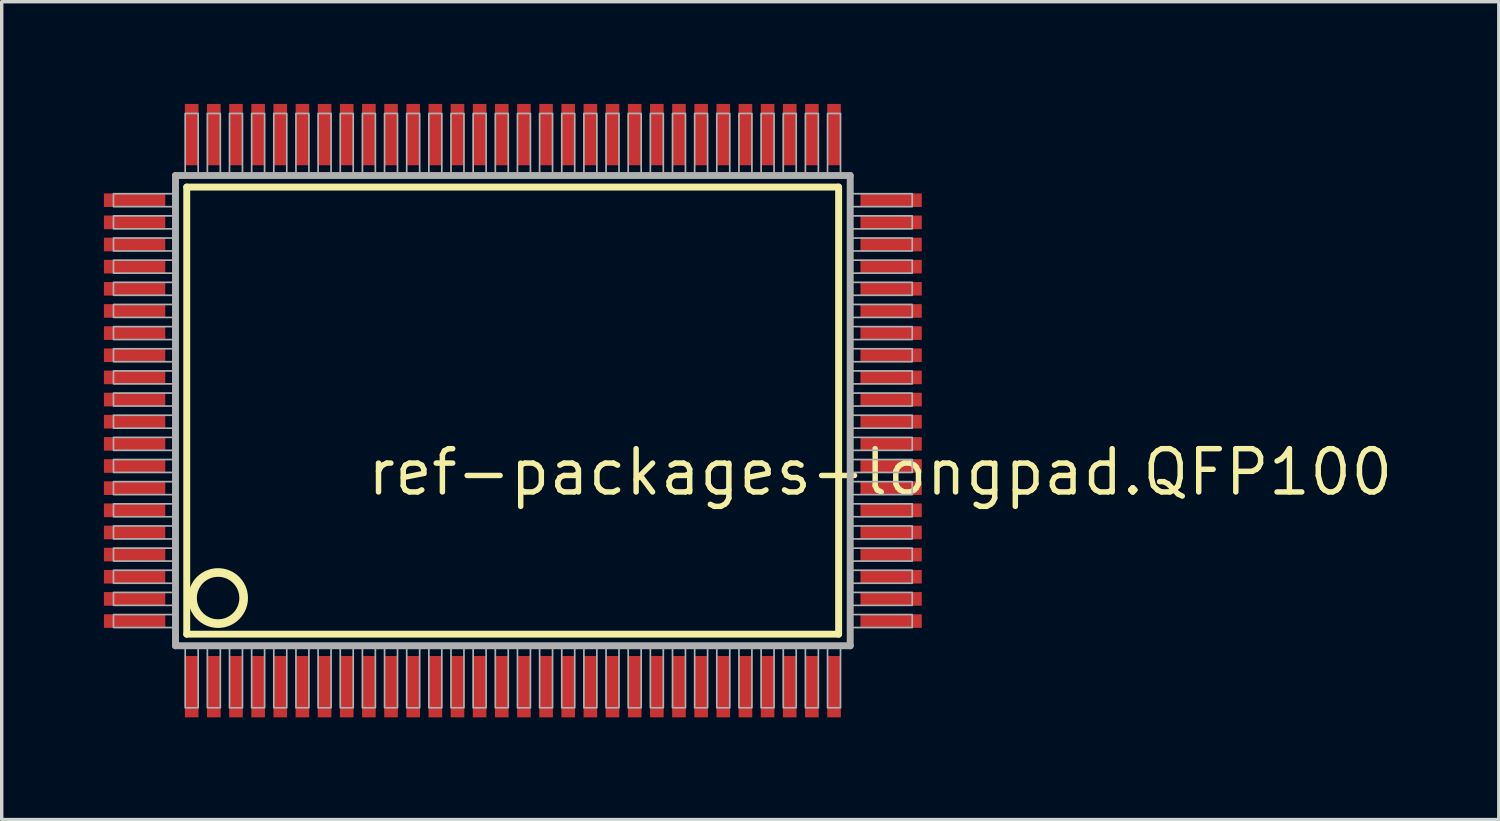
<source format=kicad_pcb>
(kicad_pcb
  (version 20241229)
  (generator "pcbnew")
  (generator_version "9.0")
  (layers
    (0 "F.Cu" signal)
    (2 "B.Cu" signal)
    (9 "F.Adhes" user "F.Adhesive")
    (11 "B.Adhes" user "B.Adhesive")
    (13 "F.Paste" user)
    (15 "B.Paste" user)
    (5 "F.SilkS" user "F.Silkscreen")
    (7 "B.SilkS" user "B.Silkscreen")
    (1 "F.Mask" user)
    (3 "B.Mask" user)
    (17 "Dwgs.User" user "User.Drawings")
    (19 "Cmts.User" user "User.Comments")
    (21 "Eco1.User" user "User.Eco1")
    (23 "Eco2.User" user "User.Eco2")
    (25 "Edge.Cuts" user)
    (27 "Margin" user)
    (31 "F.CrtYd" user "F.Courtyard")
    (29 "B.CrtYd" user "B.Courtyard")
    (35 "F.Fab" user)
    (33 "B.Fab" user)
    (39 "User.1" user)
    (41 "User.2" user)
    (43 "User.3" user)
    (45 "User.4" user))
  (footprint "ref-packages-longpad.QFP100"
    (layer "F.Cu")
    (at 12 9)
    (property "Reference" "ref-packages-longpad.QFP100" (at -4.35 2.55 0) (layer "F.SilkS") (effects (font (size 1.27 1.27) (thickness 0.16)) (justify left bottom)))
    (attr smd)
    (fp_line (start -9.57 -6.56) (end 9.56 -6.56) (stroke (width 0.203) (type default)) (layer "F.SilkS"))
    (fp_line (start -9.57 6.56) (end -9.57 -6.56) (stroke (width 0.203) (type default)) (layer "F.SilkS"))
    (fp_line (start 9.56 -6.56) (end 9.56 6.56) (stroke (width 0.203) (type default)) (layer "F.SilkS"))
    (fp_line (start 9.56 6.56) (end -9.57 6.56) (stroke (width 0.203) (type default)) (layer "F.SilkS"))
    (fp_circle (center -8.65 5.5) (end -7.9 5.5) (stroke (width 0.254) (type default)) (fill no) (layer "F.SilkS"))
    (fp_line (start -9.9 -6.9) (end -9.9 6.9) (stroke (width 0.203) (type default)) (layer "F.Fab"))
    (fp_line (start -9.9 6.9) (end 9.9 6.9) (stroke (width 0.203) (type default)) (layer "F.Fab"))
    (fp_line (start 9.9 -6.9) (end -9.9 -6.9) (stroke (width 0.203) (type default)) (layer "F.Fab"))
    (fp_line (start 9.9 6.9) (end 9.9 -6.9) (stroke (width 0.203) (type default)) (layer "F.Fab"))
    (fp_rect (start -11.72 -5.985) (end -9.95 -6.365) (stroke (width 0.05) (type default)) (fill no) (layer "F.Fab"))
    (fp_rect (start -11.72 -5.335) (end -9.95 -5.715) (stroke (width 0.05) (type default)) (fill no) (layer "F.Fab"))
    (fp_rect (start -11.72 -4.685) (end -9.95 -5.065) (stroke (width 0.05) (type default)) (fill no) (layer "F.Fab"))
    (fp_rect (start -11.72 -4.035) (end -9.95 -4.415) (stroke (width 0.05) (type default)) (fill no) (layer "F.Fab"))
    (fp_rect (start -11.72 -3.385) (end -9.95 -3.765) (stroke (width 0.05) (type default)) (fill no) (layer "F.Fab"))
    (fp_rect (start -11.72 -2.735) (end -9.95 -3.115) (stroke (width 0.05) (type default)) (fill no) (layer "F.Fab"))
    (fp_rect (start -11.72 -2.085) (end -9.95 -2.465) (stroke (width 0.05) (type default)) (fill no) (layer "F.Fab"))
    (fp_rect (start -11.72 -1.435) (end -9.95 -1.815) (stroke (width 0.05) (type default)) (fill no) (layer "F.Fab"))
    (fp_rect (start -11.72 -0.785) (end -9.95 -1.165) (stroke (width 0.05) (type default)) (fill no) (layer "F.Fab"))
    (fp_rect (start -11.72 -0.135) (end -9.95 -0.515) (stroke (width 0.05) (type default)) (fill no) (layer "F.Fab"))
    (fp_rect (start -11.72 0.515) (end -9.95 0.135) (stroke (width 0.05) (type default)) (fill no) (layer "F.Fab"))
    (fp_rect (start -11.72 1.165) (end -9.95 0.785) (stroke (width 0.05) (type default)) (fill no) (layer "F.Fab"))
    (fp_rect (start -11.72 1.815) (end -9.95 1.435) (stroke (width 0.05) (type default)) (fill no) (layer "F.Fab"))
    (fp_rect (start -11.72 2.465) (end -9.95 2.085) (stroke (width 0.05) (type default)) (fill no) (layer "F.Fab"))
    (fp_rect (start -11.72 3.115) (end -9.95 2.735) (stroke (width 0.05) (type default)) (fill no) (layer "F.Fab"))
    (fp_rect (start -11.72 3.765) (end -9.95 3.385) (stroke (width 0.05) (type default)) (fill no) (layer "F.Fab"))
    (fp_rect (start -11.72 4.415) (end -9.95 4.035) (stroke (width 0.05) (type default)) (fill no) (layer "F.Fab"))
    (fp_rect (start -11.72 5.065) (end -9.95 4.685) (stroke (width 0.05) (type default)) (fill no) (layer "F.Fab"))
    (fp_rect (start -11.72 5.715) (end -9.95 5.335) (stroke (width 0.05) (type default)) (fill no) (layer "F.Fab"))
    (fp_rect (start -11.72 6.365) (end -9.95 5.985) (stroke (width 0.05) (type default)) (fill no) (layer "F.Fab"))
    (fp_rect (start -9.615 -6.95) (end -9.235 -8.72) (stroke (width 0.05) (type default)) (fill no) (layer "F.Fab"))
    (fp_rect (start -9.615 8.72) (end -9.235 6.95) (stroke (width 0.05) (type default)) (fill no) (layer "F.Fab"))
    (fp_rect (start -8.965 -6.95) (end -8.585 -8.72) (stroke (width 0.05) (type default)) (fill no) (layer "F.Fab"))
    (fp_rect (start -8.965 8.72) (end -8.585 6.95) (stroke (width 0.05) (type default)) (fill no) (layer "F.Fab"))
    (fp_rect (start -8.315 -6.95) (end -7.935 -8.72) (stroke (width 0.05) (type default)) (fill no) (layer "F.Fab"))
    (fp_rect (start -8.315 8.72) (end -7.935 6.95) (stroke (width 0.05) (type default)) (fill no) (layer "F.Fab"))
    (fp_rect (start -7.665 -6.95) (end -7.285 -8.72) (stroke (width 0.05) (type default)) (fill no) (layer "F.Fab"))
    (fp_rect (start -7.665 8.72) (end -7.285 6.95) (stroke (width 0.05) (type default)) (fill no) (layer "F.Fab"))
    (fp_rect (start -7.015 -6.95) (end -6.635 -8.72) (stroke (width 0.05) (type default)) (fill no) (layer "F.Fab"))
    (fp_rect (start -7.015 8.72) (end -6.635 6.95) (stroke (width 0.05) (type default)) (fill no) (layer "F.Fab"))
    (fp_rect (start -6.365 -6.95) (end -5.985 -8.72) (stroke (width 0.05) (type default)) (fill no) (layer "F.Fab"))
    (fp_rect (start -6.365 8.72) (end -5.985 6.95) (stroke (width 0.05) (type default)) (fill no) (layer "F.Fab"))
    (fp_rect (start -5.715 -6.95) (end -5.335 -8.72) (stroke (width 0.05) (type default)) (fill no) (layer "F.Fab"))
    (fp_rect (start -5.715 8.72) (end -5.335 6.95) (stroke (width 0.05) (type default)) (fill no) (layer "F.Fab"))
    (fp_rect (start -5.065 -6.95) (end -4.685 -8.72) (stroke (width 0.05) (type default)) (fill no) (layer "F.Fab"))
    (fp_rect (start -5.065 8.72) (end -4.685 6.95) (stroke (width 0.05) (type default)) (fill no) (layer "F.Fab"))
    (fp_rect (start -4.415 -6.95) (end -4.035 -8.72) (stroke (width 0.05) (type default)) (fill no) (layer "F.Fab"))
    (fp_rect (start -4.415 8.72) (end -4.035 6.95) (stroke (width 0.05) (type default)) (fill no) (layer "F.Fab"))
    (fp_rect (start -3.765 -6.95) (end -3.385 -8.72) (stroke (width 0.05) (type default)) (fill no) (layer "F.Fab"))
    (fp_rect (start -3.765 8.72) (end -3.385 6.95) (stroke (width 0.05) (type default)) (fill no) (layer "F.Fab"))
    (fp_rect (start -3.115 -6.95) (end -2.735 -8.72) (stroke (width 0.05) (type default)) (fill no) (layer "F.Fab"))
    (fp_rect (start -3.115 8.72) (end -2.735 6.95) (stroke (width 0.05) (type default)) (fill no) (layer "F.Fab"))
    (fp_rect (start -2.465 -6.95) (end -2.085 -8.72) (stroke (width 0.05) (type default)) (fill no) (layer "F.Fab"))
    (fp_rect (start -2.465 8.72) (end -2.085 6.95) (stroke (width 0.05) (type default)) (fill no) (layer "F.Fab"))
    (fp_rect (start -1.815 -6.95) (end -1.435 -8.72) (stroke (width 0.05) (type default)) (fill no) (layer "F.Fab"))
    (fp_rect (start -1.815 8.72) (end -1.435 6.95) (stroke (width 0.05) (type default)) (fill no) (layer "F.Fab"))
    (fp_rect (start -1.165 -6.95) (end -0.785 -8.72) (stroke (width 0.05) (type default)) (fill no) (layer "F.Fab"))
    (fp_rect (start -1.165 8.72) (end -0.785 6.95) (stroke (width 0.05) (type default)) (fill no) (layer "F.Fab"))
    (fp_rect (start -0.515 -6.95) (end -0.135 -8.72) (stroke (width 0.05) (type default)) (fill no) (layer "F.Fab"))
    (fp_rect (start -0.515 8.72) (end -0.135 6.95) (stroke (width 0.05) (type default)) (fill no) (layer "F.Fab"))
    (fp_rect (start 0.135 -6.95) (end 0.515 -8.72) (stroke (width 0.05) (type default)) (fill no) (layer "F.Fab"))
    (fp_rect (start 0.135 8.72) (end 0.515 6.95) (stroke (width 0.05) (type default)) (fill no) (layer "F.Fab"))
    (fp_rect (start 0.785 -6.95) (end 1.165 -8.72) (stroke (width 0.05) (type default)) (fill no) (layer "F.Fab"))
    (fp_rect (start 0.785 8.72) (end 1.165 6.95) (stroke (width 0.05) (type default)) (fill no) (layer "F.Fab"))
    (fp_rect (start 1.435 -6.95) (end 1.815 -8.72) (stroke (width 0.05) (type default)) (fill no) (layer "F.Fab"))
    (fp_rect (start 1.435 8.72) (end 1.815 6.95) (stroke (width 0.05) (type default)) (fill no) (layer "F.Fab"))
    (fp_rect (start 2.085 -6.95) (end 2.465 -8.72) (stroke (width 0.05) (type default)) (fill no) (layer "F.Fab"))
    (fp_rect (start 2.085 8.72) (end 2.465 6.95) (stroke (width 0.05) (type default)) (fill no) (layer "F.Fab"))
    (fp_rect (start 2.735 -6.95) (end 3.115 -8.72) (stroke (width 0.05) (type default)) (fill no) (layer "F.Fab"))
    (fp_rect (start 2.735 8.72) (end 3.115 6.95) (stroke (width 0.05) (type default)) (fill no) (layer "F.Fab"))
    (fp_rect (start 3.385 -6.95) (end 3.765 -8.72) (stroke (width 0.05) (type default)) (fill no) (layer "F.Fab"))
    (fp_rect (start 3.385 8.72) (end 3.765 6.95) (stroke (width 0.05) (type default)) (fill no) (layer "F.Fab"))
    (fp_rect (start 4.035 -6.95) (end 4.415 -8.72) (stroke (width 0.05) (type default)) (fill no) (layer "F.Fab"))
    (fp_rect (start 4.035 8.72) (end 4.415 6.95) (stroke (width 0.05) (type default)) (fill no) (layer "F.Fab"))
    (fp_rect (start 4.685 -6.95) (end 5.065 -8.72) (stroke (width 0.05) (type default)) (fill no) (layer "F.Fab"))
    (fp_rect (start 4.685 8.72) (end 5.065 6.95) (stroke (width 0.05) (type default)) (fill no) (layer "F.Fab"))
    (fp_rect (start 5.335 -6.95) (end 5.715 -8.72) (stroke (width 0.05) (type default)) (fill no) (layer "F.Fab"))
    (fp_rect (start 5.335 8.72) (end 5.715 6.95) (stroke (width 0.05) (type default)) (fill no) (layer "F.Fab"))
    (fp_rect (start 5.985 -6.95) (end 6.365 -8.72) (stroke (width 0.05) (type default)) (fill no) (layer "F.Fab"))
    (fp_rect (start 5.985 8.72) (end 6.365 6.95) (stroke (width 0.05) (type default)) (fill no) (layer "F.Fab"))
    (fp_rect (start 6.635 -6.95) (end 7.015 -8.72) (stroke (width 0.05) (type default)) (fill no) (layer "F.Fab"))
    (fp_rect (start 6.635 8.72) (end 7.015 6.95) (stroke (width 0.05) (type default)) (fill no) (layer "F.Fab"))
    (fp_rect (start 7.285 -6.95) (end 7.665 -8.72) (stroke (width 0.05) (type default)) (fill no) (layer "F.Fab"))
    (fp_rect (start 7.285 8.72) (end 7.665 6.95) (stroke (width 0.05) (type default)) (fill no) (layer "F.Fab"))
    (fp_rect (start 7.935 -6.95) (end 8.315 -8.72) (stroke (width 0.05) (type default)) (fill no) (layer "F.Fab"))
    (fp_rect (start 7.935 8.72) (end 8.315 6.95) (stroke (width 0.05) (type default)) (fill no) (layer "F.Fab"))
    (fp_rect (start 8.585 -6.95) (end 8.965 -8.72) (stroke (width 0.05) (type default)) (fill no) (layer "F.Fab"))
    (fp_rect (start 8.585 8.72) (end 8.965 6.95) (stroke (width 0.05) (type default)) (fill no) (layer "F.Fab"))
    (fp_rect (start 9.235 -6.95) (end 9.615 -8.72) (stroke (width 0.05) (type default)) (fill no) (layer "F.Fab"))
    (fp_rect (start 9.235 8.72) (end 9.615 6.95) (stroke (width 0.05) (type default)) (fill no) (layer "F.Fab"))
    (fp_rect (start 9.95 -5.985) (end 11.72 -6.365) (stroke (width 0.05) (type default)) (fill no) (layer "F.Fab"))
    (fp_rect (start 9.95 -5.335) (end 11.72 -5.715) (stroke (width 0.05) (type default)) (fill no) (layer "F.Fab"))
    (fp_rect (start 9.95 -4.685) (end 11.72 -5.065) (stroke (width 0.05) (type default)) (fill no) (layer "F.Fab"))
    (fp_rect (start 9.95 -4.035) (end 11.72 -4.415) (stroke (width 0.05) (type default)) (fill no) (layer "F.Fab"))
    (fp_rect (start 9.95 -3.385) (end 11.72 -3.765) (stroke (width 0.05) (type default)) (fill no) (layer "F.Fab"))
    (fp_rect (start 9.95 -2.735) (end 11.72 -3.115) (stroke (width 0.05) (type default)) (fill no) (layer "F.Fab"))
    (fp_rect (start 9.95 -2.085) (end 11.72 -2.465) (stroke (width 0.05) (type default)) (fill no) (layer "F.Fab"))
    (fp_rect (start 9.95 -1.435) (end 11.72 -1.815) (stroke (width 0.05) (type default)) (fill no) (layer "F.Fab"))
    (fp_rect (start 9.95 -0.785) (end 11.72 -1.165) (stroke (width 0.05) (type default)) (fill no) (layer "F.Fab"))
    (fp_rect (start 9.95 -0.135) (end 11.72 -0.515) (stroke (width 0.05) (type default)) (fill no) (layer "F.Fab"))
    (fp_rect (start 9.95 0.515) (end 11.72 0.135) (stroke (width 0.05) (type default)) (fill no) (layer "F.Fab"))
    (fp_rect (start 9.95 1.165) (end 11.72 0.785) (stroke (width 0.05) (type default)) (fill no) (layer "F.Fab"))
    (fp_rect (start 9.95 1.815) (end 11.72 1.435) (stroke (width 0.05) (type default)) (fill no) (layer "F.Fab"))
    (fp_rect (start 9.95 2.465) (end 11.72 2.085) (stroke (width 0.05) (type default)) (fill no) (layer "F.Fab"))
    (fp_rect (start 9.95 3.115) (end 11.72 2.735) (stroke (width 0.05) (type default)) (fill no) (layer "F.Fab"))
    (fp_rect (start 9.95 3.765) (end 11.72 3.385) (stroke (width 0.05) (type default)) (fill no) (layer "F.Fab"))
    (fp_rect (start 9.95 4.415) (end 11.72 4.035) (stroke (width 0.05) (type default)) (fill no) (layer "F.Fab"))
    (fp_rect (start 9.95 5.065) (end 11.72 4.685) (stroke (width 0.05) (type default)) (fill no) (layer "F.Fab"))
    (fp_rect (start 9.95 5.715) (end 11.72 5.335) (stroke (width 0.05) (type default)) (fill no) (layer "F.Fab"))
    (fp_rect (start 9.95 6.365) (end 11.72 5.985) (stroke (width 0.05) (type default)) (fill no) (layer "F.Fab"))
    (pad "1" smd roundrect (at -9.425 8.1) (size 0.4 1.8) (layers "F.Cu" "F.Mask" "F.Paste") (roundrect_rratio 0.01))
    (pad "2" smd roundrect (at -8.775 8.1) (size 0.4 1.8) (layers "F.Cu" "F.Mask" "F.Paste") (roundrect_rratio 0.01))
    (pad "3" smd roundrect (at -8.125 8.1) (size 0.4 1.8) (layers "F.Cu" "F.Mask" "F.Paste") (roundrect_rratio 0.01))
    (pad "4" smd roundrect (at -7.475 8.1) (size 0.4 1.8) (layers "F.Cu" "F.Mask" "F.Paste") (roundrect_rratio 0.01))
    (pad "5" smd roundrect (at -6.825 8.1) (size 0.4 1.8) (layers "F.Cu" "F.Mask" "F.Paste") (roundrect_rratio 0.01))
    (pad "6" smd roundrect (at -6.175 8.1) (size 0.4 1.8) (layers "F.Cu" "F.Mask" "F.Paste") (roundrect_rratio 0.01))
    (pad "7" smd roundrect (at -5.525 8.1) (size 0.4 1.8) (layers "F.Cu" "F.Mask" "F.Paste") (roundrect_rratio 0.01))
    (pad "8" smd roundrect (at -4.875 8.1) (size 0.4 1.8) (layers "F.Cu" "F.Mask" "F.Paste") (roundrect_rratio 0.01))
    (pad "9" smd roundrect (at -4.225 8.1) (size 0.4 1.8) (layers "F.Cu" "F.Mask" "F.Paste") (roundrect_rratio 0.01))
    (pad "10" smd roundrect (at -3.575 8.1) (size 0.4 1.8) (layers "F.Cu" "F.Mask" "F.Paste") (roundrect_rratio 0.01))
    (pad "11" smd roundrect (at -2.925 8.1) (size 0.4 1.8) (layers "F.Cu" "F.Mask" "F.Paste") (roundrect_rratio 0.01))
    (pad "12" smd roundrect (at -2.275 8.1) (size 0.4 1.8) (layers "F.Cu" "F.Mask" "F.Paste") (roundrect_rratio 0.01))
    (pad "13" smd roundrect (at -1.625 8.1) (size 0.4 1.8) (layers "F.Cu" "F.Mask" "F.Paste") (roundrect_rratio 0.01))
    (pad "14" smd roundrect (at -0.975 8.1) (size 0.4 1.8) (layers "F.Cu" "F.Mask" "F.Paste") (roundrect_rratio 0.01))
    (pad "15" smd roundrect (at -0.325 8.1) (size 0.4 1.8) (layers "F.Cu" "F.Mask" "F.Paste") (roundrect_rratio 0.01))
    (pad "16" smd roundrect (at 0.325 8.1) (size 0.4 1.8) (layers "F.Cu" "F.Mask" "F.Paste") (roundrect_rratio 0.01))
    (pad "17" smd roundrect (at 0.975 8.1) (size 0.4 1.8) (layers "F.Cu" "F.Mask" "F.Paste") (roundrect_rratio 0.01))
    (pad "18" smd roundrect (at 1.625 8.1) (size 0.4 1.8) (layers "F.Cu" "F.Mask" "F.Paste") (roundrect_rratio 0.01))
    (pad "19" smd roundrect (at 2.275 8.1) (size 0.4 1.8) (layers "F.Cu" "F.Mask" "F.Paste") (roundrect_rratio 0.01))
    (pad "20" smd roundrect (at 2.925 8.1) (size 0.4 1.8) (layers "F.Cu" "F.Mask" "F.Paste") (roundrect_rratio 0.01))
    (pad "21" smd roundrect (at 3.575 8.1) (size 0.4 1.8) (layers "F.Cu" "F.Mask" "F.Paste") (roundrect_rratio 0.01))
    (pad "22" smd roundrect (at 4.225 8.1) (size 0.4 1.8) (layers "F.Cu" "F.Mask" "F.Paste") (roundrect_rratio 0.01))
    (pad "23" smd roundrect (at 4.875 8.1) (size 0.4 1.8) (layers "F.Cu" "F.Mask" "F.Paste") (roundrect_rratio 0.01))
    (pad "24" smd roundrect (at 5.525 8.1) (size 0.4 1.8) (layers "F.Cu" "F.Mask" "F.Paste") (roundrect_rratio 0.01))
    (pad "25" smd roundrect (at 6.175 8.1) (size 0.4 1.8) (layers "F.Cu" "F.Mask" "F.Paste") (roundrect_rratio 0.01))
    (pad "26" smd roundrect (at 6.825 8.1) (size 0.4 1.8) (layers "F.Cu" "F.Mask" "F.Paste") (roundrect_rratio 0.01))
    (pad "27" smd roundrect (at 7.475 8.1) (size 0.4 1.8) (layers "F.Cu" "F.Mask" "F.Paste") (roundrect_rratio 0.01))
    (pad "28" smd roundrect (at 8.125 8.1) (size 0.4 1.8) (layers "F.Cu" "F.Mask" "F.Paste") (roundrect_rratio 0.01))
    (pad "29" smd roundrect (at 8.775 8.1) (size 0.4 1.8) (layers "F.Cu" "F.Mask" "F.Paste") (roundrect_rratio 0.01))
    (pad "30" smd roundrect (at 9.425 8.1) (size 0.4 1.8) (layers "F.Cu" "F.Mask" "F.Paste") (roundrect_rratio 0.01))
    (pad "31" smd roundrect (at 11.1 6.175) (size 1.8 0.4) (layers "F.Cu" "F.Mask" "F.Paste") (roundrect_rratio 0.01))
    (pad "32" smd roundrect (at 11.1 5.525) (size 1.8 0.4) (layers "F.Cu" "F.Mask" "F.Paste") (roundrect_rratio 0.01))
    (pad "33" smd roundrect (at 11.1 4.875) (size 1.8 0.4) (layers "F.Cu" "F.Mask" "F.Paste") (roundrect_rratio 0.01))
    (pad "34" smd roundrect (at 11.1 4.225) (size 1.8 0.4) (layers "F.Cu" "F.Mask" "F.Paste") (roundrect_rratio 0.01))
    (pad "35" smd roundrect (at 11.1 3.575) (size 1.8 0.4) (layers "F.Cu" "F.Mask" "F.Paste") (roundrect_rratio 0.01))
    (pad "36" smd roundrect (at 11.1 2.925) (size 1.8 0.4) (layers "F.Cu" "F.Mask" "F.Paste") (roundrect_rratio 0.01))
    (pad "37" smd roundrect (at 11.1 2.275) (size 1.8 0.4) (layers "F.Cu" "F.Mask" "F.Paste") (roundrect_rratio 0.01))
    (pad "38" smd roundrect (at 11.1 1.625) (size 1.8 0.4) (layers "F.Cu" "F.Mask" "F.Paste") (roundrect_rratio 0.01))
    (pad "39" smd roundrect (at 11.1 0.975) (size 1.8 0.4) (layers "F.Cu" "F.Mask" "F.Paste") (roundrect_rratio 0.01))
    (pad "40" smd roundrect (at 11.1 0.325) (size 1.8 0.4) (layers "F.Cu" "F.Mask" "F.Paste") (roundrect_rratio 0.01))
    (pad "41" smd roundrect (at 11.1 -0.325) (size 1.8 0.4) (layers "F.Cu" "F.Mask" "F.Paste") (roundrect_rratio 0.01))
    (pad "42" smd roundrect (at 11.1 -0.975) (size 1.8 0.4) (layers "F.Cu" "F.Mask" "F.Paste") (roundrect_rratio 0.01))
    (pad "43" smd roundrect (at 11.1 -1.625) (size 1.8 0.4) (layers "F.Cu" "F.Mask" "F.Paste") (roundrect_rratio 0.01))
    (pad "44" smd roundrect (at 11.1 -2.275) (size 1.8 0.4) (layers "F.Cu" "F.Mask" "F.Paste") (roundrect_rratio 0.01))
    (pad "45" smd roundrect (at 11.1 -2.925) (size 1.8 0.4) (layers "F.Cu" "F.Mask" "F.Paste") (roundrect_rratio 0.01))
    (pad "46" smd roundrect (at 11.1 -3.575) (size 1.8 0.4) (layers "F.Cu" "F.Mask" "F.Paste") (roundrect_rratio 0.01))
    (pad "47" smd roundrect (at 11.1 -4.225) (size 1.8 0.4) (layers "F.Cu" "F.Mask" "F.Paste") (roundrect_rratio 0.01))
    (pad "48" smd roundrect (at 11.1 -4.875) (size 1.8 0.4) (layers "F.Cu" "F.Mask" "F.Paste") (roundrect_rratio 0.01))
    (pad "49" smd roundrect (at 11.1 -5.525) (size 1.8 0.4) (layers "F.Cu" "F.Mask" "F.Paste") (roundrect_rratio 0.01))
    (pad "50" smd roundrect (at 11.1 -6.175) (size 1.8 0.4) (layers "F.Cu" "F.Mask" "F.Paste") (roundrect_rratio 0.01))
    (pad "51" smd roundrect (at 9.425 -8.1) (size 0.4 1.8) (layers "F.Cu" "F.Mask" "F.Paste") (roundrect_rratio 0.01))
    (pad "52" smd roundrect (at 8.775 -8.1) (size 0.4 1.8) (layers "F.Cu" "F.Mask" "F.Paste") (roundrect_rratio 0.01))
    (pad "53" smd roundrect (at 8.125 -8.1) (size 0.4 1.8) (layers "F.Cu" "F.Mask" "F.Paste") (roundrect_rratio 0.01))
    (pad "54" smd roundrect (at 7.475 -8.1) (size 0.4 1.8) (layers "F.Cu" "F.Mask" "F.Paste") (roundrect_rratio 0.01))
    (pad "55" smd roundrect (at 6.825 -8.1) (size 0.4 1.8) (layers "F.Cu" "F.Mask" "F.Paste") (roundrect_rratio 0.01))
    (pad "56" smd roundrect (at 6.175 -8.1) (size 0.4 1.8) (layers "F.Cu" "F.Mask" "F.Paste") (roundrect_rratio 0.01))
    (pad "57" smd roundrect (at 5.525 -8.1) (size 0.4 1.8) (layers "F.Cu" "F.Mask" "F.Paste") (roundrect_rratio 0.01))
    (pad "58" smd roundrect (at 4.875 -8.1) (size 0.4 1.8) (layers "F.Cu" "F.Mask" "F.Paste") (roundrect_rratio 0.01))
    (pad "59" smd roundrect (at 4.225 -8.1) (size 0.4 1.8) (layers "F.Cu" "F.Mask" "F.Paste") (roundrect_rratio 0.01))
    (pad "60" smd roundrect (at 3.575 -8.1) (size 0.4 1.8) (layers "F.Cu" "F.Mask" "F.Paste") (roundrect_rratio 0.01))
    (pad "61" smd roundrect (at 2.925 -8.1) (size 0.4 1.8) (layers "F.Cu" "F.Mask" "F.Paste") (roundrect_rratio 0.01))
    (pad "62" smd roundrect (at 2.275 -8.1) (size 0.4 1.8) (layers "F.Cu" "F.Mask" "F.Paste") (roundrect_rratio 0.01))
    (pad "63" smd roundrect (at 1.625 -8.1) (size 0.4 1.8) (layers "F.Cu" "F.Mask" "F.Paste") (roundrect_rratio 0.01))
    (pad "64" smd roundrect (at 0.975 -8.1) (size 0.4 1.8) (layers "F.Cu" "F.Mask" "F.Paste") (roundrect_rratio 0.01))
    (pad "65" smd roundrect (at 0.325 -8.1) (size 0.4 1.8) (layers "F.Cu" "F.Mask" "F.Paste") (roundrect_rratio 0.01))
    (pad "66" smd roundrect (at -0.325 -8.1) (size 0.4 1.8) (layers "F.Cu" "F.Mask" "F.Paste") (roundrect_rratio 0.01))
    (pad "67" smd roundrect (at -0.975 -8.1) (size 0.4 1.8) (layers "F.Cu" "F.Mask" "F.Paste") (roundrect_rratio 0.01))
    (pad "68" smd roundrect (at -1.625 -8.1) (size 0.4 1.8) (layers "F.Cu" "F.Mask" "F.Paste") (roundrect_rratio 0.01))
    (pad "69" smd roundrect (at -2.275 -8.1) (size 0.4 1.8) (layers "F.Cu" "F.Mask" "F.Paste") (roundrect_rratio 0.01))
    (pad "70" smd roundrect (at -2.925 -8.1) (size 0.4 1.8) (layers "F.Cu" "F.Mask" "F.Paste") (roundrect_rratio 0.01))
    (pad "71" smd roundrect (at -3.575 -8.1) (size 0.4 1.8) (layers "F.Cu" "F.Mask" "F.Paste") (roundrect_rratio 0.01))
    (pad "72" smd roundrect (at -4.225 -8.1) (size 0.4 1.8) (layers "F.Cu" "F.Mask" "F.Paste") (roundrect_rratio 0.01))
    (pad "73" smd roundrect (at -4.875 -8.1) (size 0.4 1.8) (layers "F.Cu" "F.Mask" "F.Paste") (roundrect_rratio 0.01))
    (pad "74" smd roundrect (at -5.525 -8.1) (size 0.4 1.8) (layers "F.Cu" "F.Mask" "F.Paste") (roundrect_rratio 0.01))
    (pad "75" smd roundrect (at -6.175 -8.1) (size 0.4 1.8) (layers "F.Cu" "F.Mask" "F.Paste") (roundrect_rratio 0.01))
    (pad "76" smd roundrect (at -6.825 -8.1) (size 0.4 1.8) (layers "F.Cu" "F.Mask" "F.Paste") (roundrect_rratio 0.01))
    (pad "77" smd roundrect (at -7.475 -8.1) (size 0.4 1.8) (layers "F.Cu" "F.Mask" "F.Paste") (roundrect_rratio 0.01))
    (pad "78" smd roundrect (at -8.125 -8.1) (size 0.4 1.8) (layers "F.Cu" "F.Mask" "F.Paste") (roundrect_rratio 0.01))
    (pad "79" smd roundrect (at -8.775 -8.1) (size 0.4 1.8) (layers "F.Cu" "F.Mask" "F.Paste") (roundrect_rratio 0.01))
    (pad "80" smd roundrect (at -9.425 -8.1) (size 0.4 1.8) (layers "F.Cu" "F.Mask" "F.Paste") (roundrect_rratio 0.01))
    (pad "81" smd roundrect (at -11.1 -6.175) (size 1.8 0.4) (layers "F.Cu" "F.Mask" "F.Paste") (roundrect_rratio 0.01))
    (pad "82" smd roundrect (at -11.1 -5.525) (size 1.8 0.4) (layers "F.Cu" "F.Mask" "F.Paste") (roundrect_rratio 0.01))
    (pad "83" smd roundrect (at -11.1 -4.875) (size 1.8 0.4) (layers "F.Cu" "F.Mask" "F.Paste") (roundrect_rratio 0.01))
    (pad "84" smd roundrect (at -11.1 -4.225) (size 1.8 0.4) (layers "F.Cu" "F.Mask" "F.Paste") (roundrect_rratio 0.01))
    (pad "85" smd roundrect (at -11.1 -3.575) (size 1.8 0.4) (layers "F.Cu" "F.Mask" "F.Paste") (roundrect_rratio 0.01))
    (pad "86" smd roundrect (at -11.1 -2.925) (size 1.8 0.4) (layers "F.Cu" "F.Mask" "F.Paste") (roundrect_rratio 0.01))
    (pad "87" smd roundrect (at -11.1 -2.275) (size 1.8 0.4) (layers "F.Cu" "F.Mask" "F.Paste") (roundrect_rratio 0.01))
    (pad "88" smd roundrect (at -11.1 -1.625) (size 1.8 0.4) (layers "F.Cu" "F.Mask" "F.Paste") (roundrect_rratio 0.01))
    (pad "89" smd roundrect (at -11.1 -0.975) (size 1.8 0.4) (layers "F.Cu" "F.Mask" "F.Paste") (roundrect_rratio 0.01))
    (pad "90" smd roundrect (at -11.1 -0.325) (size 1.8 0.4) (layers "F.Cu" "F.Mask" "F.Paste") (roundrect_rratio 0.01))
    (pad "91" smd roundrect (at -11.1 0.325) (size 1.8 0.4) (layers "F.Cu" "F.Mask" "F.Paste") (roundrect_rratio 0.01))
    (pad "92" smd roundrect (at -11.1 0.975) (size 1.8 0.4) (layers "F.Cu" "F.Mask" "F.Paste") (roundrect_rratio 0.01))
    (pad "93" smd roundrect (at -11.1 1.625) (size 1.8 0.4) (layers "F.Cu" "F.Mask" "F.Paste") (roundrect_rratio 0.01))
    (pad "94" smd roundrect (at -11.1 2.275) (size 1.8 0.4) (layers "F.Cu" "F.Mask" "F.Paste") (roundrect_rratio 0.01))
    (pad "95" smd roundrect (at -11.1 2.925) (size 1.8 0.4) (layers "F.Cu" "F.Mask" "F.Paste") (roundrect_rratio 0.01))
    (pad "96" smd roundrect (at -11.1 3.575) (size 1.8 0.4) (layers "F.Cu" "F.Mask" "F.Paste") (roundrect_rratio 0.01))
    (pad "97" smd roundrect (at -11.1 4.225) (size 1.8 0.4) (layers "F.Cu" "F.Mask" "F.Paste") (roundrect_rratio 0.01))
    (pad "98" smd roundrect (at -11.1 4.875) (size 1.8 0.4) (layers "F.Cu" "F.Mask" "F.Paste") (roundrect_rratio 0.01))
    (pad "99" smd roundrect (at -11.1 5.525) (size 1.8 0.4) (layers "F.Cu" "F.Mask" "F.Paste") (roundrect_rratio 0.01))
    (pad "100" smd roundrect (at -11.1 6.175) (size 1.8 0.4) (layers "F.Cu" "F.Mask" "F.Paste") (roundrect_rratio 0.01)))
  (gr_rect
    (start -3 -3)
    (end 40.933 21)
    (stroke (width 0.1) (type default))
    (fill no)
    (layer "Edge.Cuts")))
</source>
